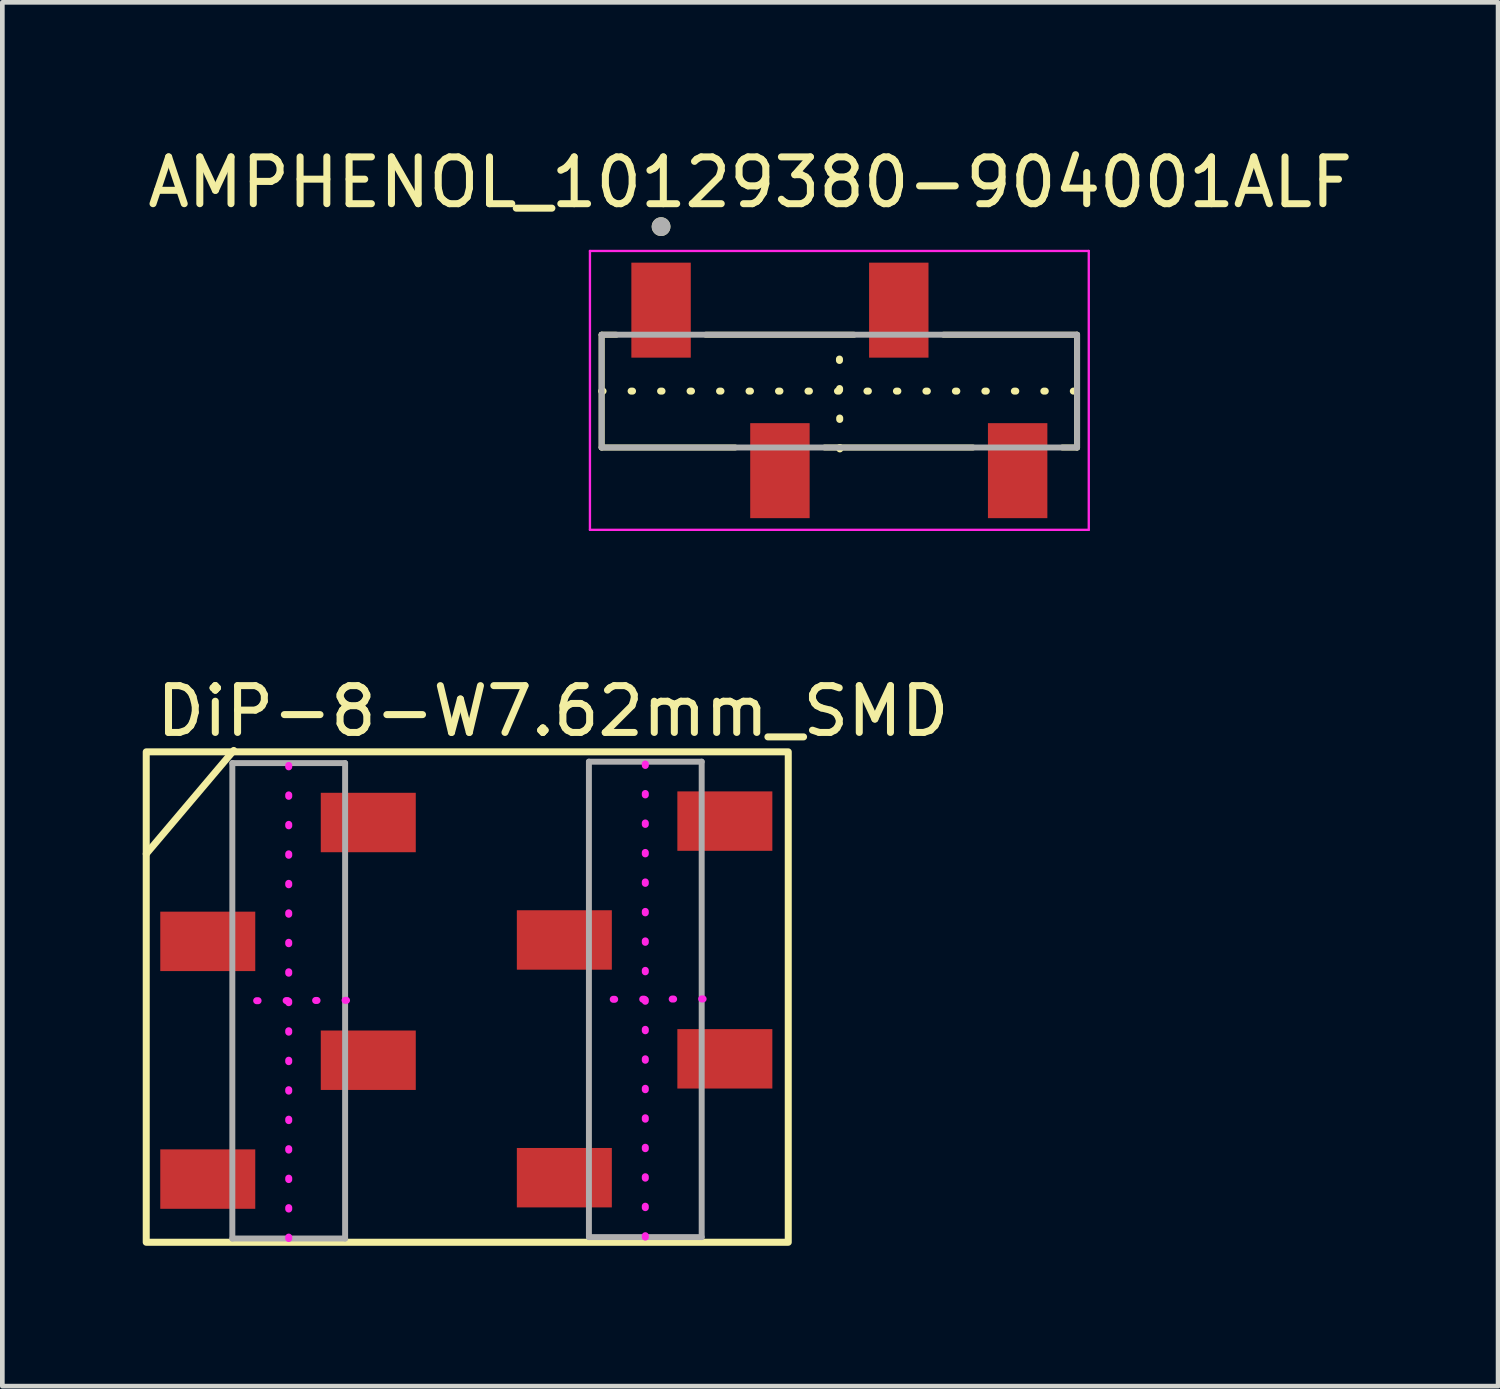
<source format=kicad_pcb>
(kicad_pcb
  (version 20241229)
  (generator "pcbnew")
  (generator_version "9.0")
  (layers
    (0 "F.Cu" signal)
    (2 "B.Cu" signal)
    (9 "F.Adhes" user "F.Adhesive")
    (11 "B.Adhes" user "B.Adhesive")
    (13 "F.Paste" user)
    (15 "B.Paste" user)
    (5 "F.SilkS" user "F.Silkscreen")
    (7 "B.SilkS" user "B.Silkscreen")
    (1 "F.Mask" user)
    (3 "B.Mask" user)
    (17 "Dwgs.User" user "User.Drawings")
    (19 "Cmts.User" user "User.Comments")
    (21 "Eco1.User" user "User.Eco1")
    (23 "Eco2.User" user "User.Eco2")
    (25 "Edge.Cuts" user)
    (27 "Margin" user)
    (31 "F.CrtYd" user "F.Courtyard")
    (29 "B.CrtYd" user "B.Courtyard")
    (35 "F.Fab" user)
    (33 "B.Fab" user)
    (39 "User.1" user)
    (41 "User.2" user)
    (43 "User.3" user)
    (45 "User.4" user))
  (footprint "DiP-8-W7.62mm_SMD"
    (layer "F.Cu")
    (at 6.995 18.317)
    (property "Reference" "DiP-8-W7.62mm_SMD" (at 1.77 -6.17 0) (unlocked yes) (layer "F.SilkS") (effects (font (size 1 1) (thickness 0.15))))
    (attr smd)
    (fp_line (start -6.92 -3.12) (end -5.05 -5.33) (stroke (width 0.15) (type default)) (layer "F.SilkS"))
    (fp_rect (start -6.92 -5.3) (end 6.8 5.18) (stroke (width 0.15) (type default)) (fill no) (layer "F.SilkS"))
    (fp_line (start -3.875 5.1) (end -3.875 -5.06) (stroke (width 0.15) (type dot)) (layer "F.CrtYd"))
    (fp_line (start -2.64 0.01) (end -5.08 0.02) (stroke (width 0.15) (type dot)) (layer "F.CrtYd"))
    (fp_line (start 3.745 5.07) (end 3.745 -5.09) (stroke (width 0.15) (type dot)) (layer "F.CrtYd"))
    (fp_line (start 4.98 -0.02) (end 2.54 -0.01) (stroke (width 0.15) (type dot)) (layer "F.CrtYd"))
    (fp_line (start -5.08 -5.06) (end -5.08 5.1) (stroke (width 0.127) (type solid)) (layer "F.Fab"))
    (fp_line (start -5.08 5.1) (end -2.67 5.1) (stroke (width 0.127) (type solid)) (layer "F.Fab"))
    (fp_line (start -2.67 -5.06) (end -5.08 -5.06) (stroke (width 0.127) (type solid)) (layer "F.Fab"))
    (fp_line (start -2.67 5.1) (end -2.67 -5.06) (stroke (width 0.127) (type solid)) (layer "F.Fab"))
    (fp_line (start 2.54 -5.09) (end 2.54 5.07) (stroke (width 0.127) (type solid)) (layer "F.Fab"))
    (fp_line (start 2.54 5.07) (end 4.95 5.07) (stroke (width 0.127) (type solid)) (layer "F.Fab"))
    (fp_line (start 4.95 -5.09) (end 2.54 -5.09) (stroke (width 0.127) (type solid)) (layer "F.Fab"))
    (fp_line (start 4.95 5.07) (end 4.95 -5.09) (stroke (width 0.127) (type solid)) (layer "F.Fab"))
    (pad "1" smd rect (at -2.175 -3.79 90) (size 1.27 2.03) (layers "F.Cu" "F.Mask" "F.Paste"))
    (pad "2" smd rect (at -5.605 -1.25 90) (size 1.27 2.03) (layers "F.Cu" "F.Mask" "F.Paste"))
    (pad "3" smd rect (at -2.175 1.29 90) (size 1.27 2.03) (layers "F.Cu" "F.Mask" "F.Paste"))
    (pad "4" smd rect (at -5.605 3.83 90) (size 1.27 2.03) (layers "F.Cu" "F.Mask" "F.Paste"))
    (pad "5" smd rect (at 2.015 3.8 90) (size 1.27 2.03) (layers "F.Cu" "F.Mask" "F.Paste"))
    (pad "6" smd rect (at 5.445 1.26 90) (size 1.27 2.03) (layers "F.Cu" "F.Mask" "F.Paste"))
    (pad "7" smd rect (at 2.015 -1.28 90) (size 1.27 2.03) (layers "F.Cu" "F.Mask" "F.Paste"))
    (pad "8" smd rect (at 5.445 -3.82 90) (size 1.27 2.03) (layers "F.Cu" "F.Mask" "F.Paste")))
  (footprint "AMPHENOL_10129380-904001ALF"
    (layer "F.Cu")
    (at 14.887 5.293)
    (property "Reference" "AMPHENOL_10129380-904001ALF" (at -1.905 -4.445 0) (layer "F.SilkS") (effects (font (size 1 1) (thickness 0.15))))
    (attr smd)
    (fp_line (start -5.08 -1.19) (end -5.08 1.22) (stroke (width 0.127) (type solid)) (layer "F.SilkS"))
    (fp_line (start -5.08 0.015) (end 5.08 0.015) (stroke (width 0.15) (type dot)) (layer "F.SilkS"))
    (fp_line (start -5.08 1.22) (end -2.225 1.22) (stroke (width 0.127) (type solid)) (layer "F.SilkS"))
    (fp_line (start -4.765 -1.19) (end -5.08 -1.19) (stroke (width 0.127) (type solid)) (layer "F.SilkS"))
    (fp_line (start -2.855 -1.19) (end 0.315 -1.19) (stroke (width 0.127) (type solid)) (layer "F.SilkS"))
    (fp_line (start -0.315 1.22) (end 2.855 1.22) (stroke (width 0.127) (type solid)) (layer "F.SilkS"))
    (fp_line (start 0.01 1.25) (end 0 -1.19) (stroke (width 0.15) (type dot)) (layer "F.SilkS"))
    (fp_line (start 2.225 -1.19) (end 5.08 -1.19) (stroke (width 0.127) (type solid)) (layer "F.SilkS"))
    (fp_line (start 5.08 -1.19) (end 5.08 1.22) (stroke (width 0.127) (type solid)) (layer "F.SilkS"))
    (fp_line (start 5.08 1.22) (end 4.765 1.22) (stroke (width 0.127) (type solid)) (layer "F.SilkS"))
    (fp_circle (center -3.81 -3.5) (end -3.71 -3.5) (stroke (width 0.2) (type solid)) (fill no) (layer "F.SilkS"))
    (fp_line (start -5.33 -2.98) (end -5.33 2.98) (stroke (width 0.05) (type solid)) (layer "F.CrtYd"))
    (fp_line (start -5.33 2.98) (end 5.33 2.98) (stroke (width 0.05) (type solid)) (layer "F.CrtYd"))
    (fp_line (start 5.33 -2.98) (end -5.33 -2.98) (stroke (width 0.05) (type solid)) (layer "F.CrtYd"))
    (fp_line (start 5.33 2.98) (end 5.33 -2.98) (stroke (width 0.05) (type solid)) (layer "F.CrtYd"))
    (fp_line (start -5.08 -1.19) (end -5.08 1.22) (stroke (width 0.127) (type solid)) (layer "F.Fab"))
    (fp_line (start -5.08 1.22) (end 5.08 1.22) (stroke (width 0.127) (type solid)) (layer "F.Fab"))
    (fp_line (start 5.08 -1.19) (end -5.08 -1.19) (stroke (width 0.127) (type solid)) (layer "F.Fab"))
    (fp_line (start 5.08 1.22) (end 5.08 -1.19) (stroke (width 0.127) (type solid)) (layer "F.Fab"))
    (fp_circle (center -3.81 -3.5) (end -3.71 -3.5) (stroke (width 0.2) (type solid)) (fill no) (layer "F.Fab"))
    (pad "1" smd rect (at -3.81 -1.715) (size 1.27 2.03) (layers "F.Cu" "F.Mask" "F.Paste"))
    (pad "2" smd rect (at -1.27 1.715) (size 1.27 2.03) (layers "F.Cu" "F.Mask" "F.Paste"))
    (pad "3" smd rect (at 1.27 -1.715) (size 1.27 2.03) (layers "F.Cu" "F.Mask" "F.Paste"))
    (pad "4" smd rect (at 3.81 1.715) (size 1.27 2.03) (layers "F.Cu" "F.Mask" "F.Paste")))
  (gr_rect
    (start -3 -3)
    (end 28.964 26.572)
    (stroke (width 0.1) (type default))
    (fill no)
    (layer "Edge.Cuts")))
</source>
